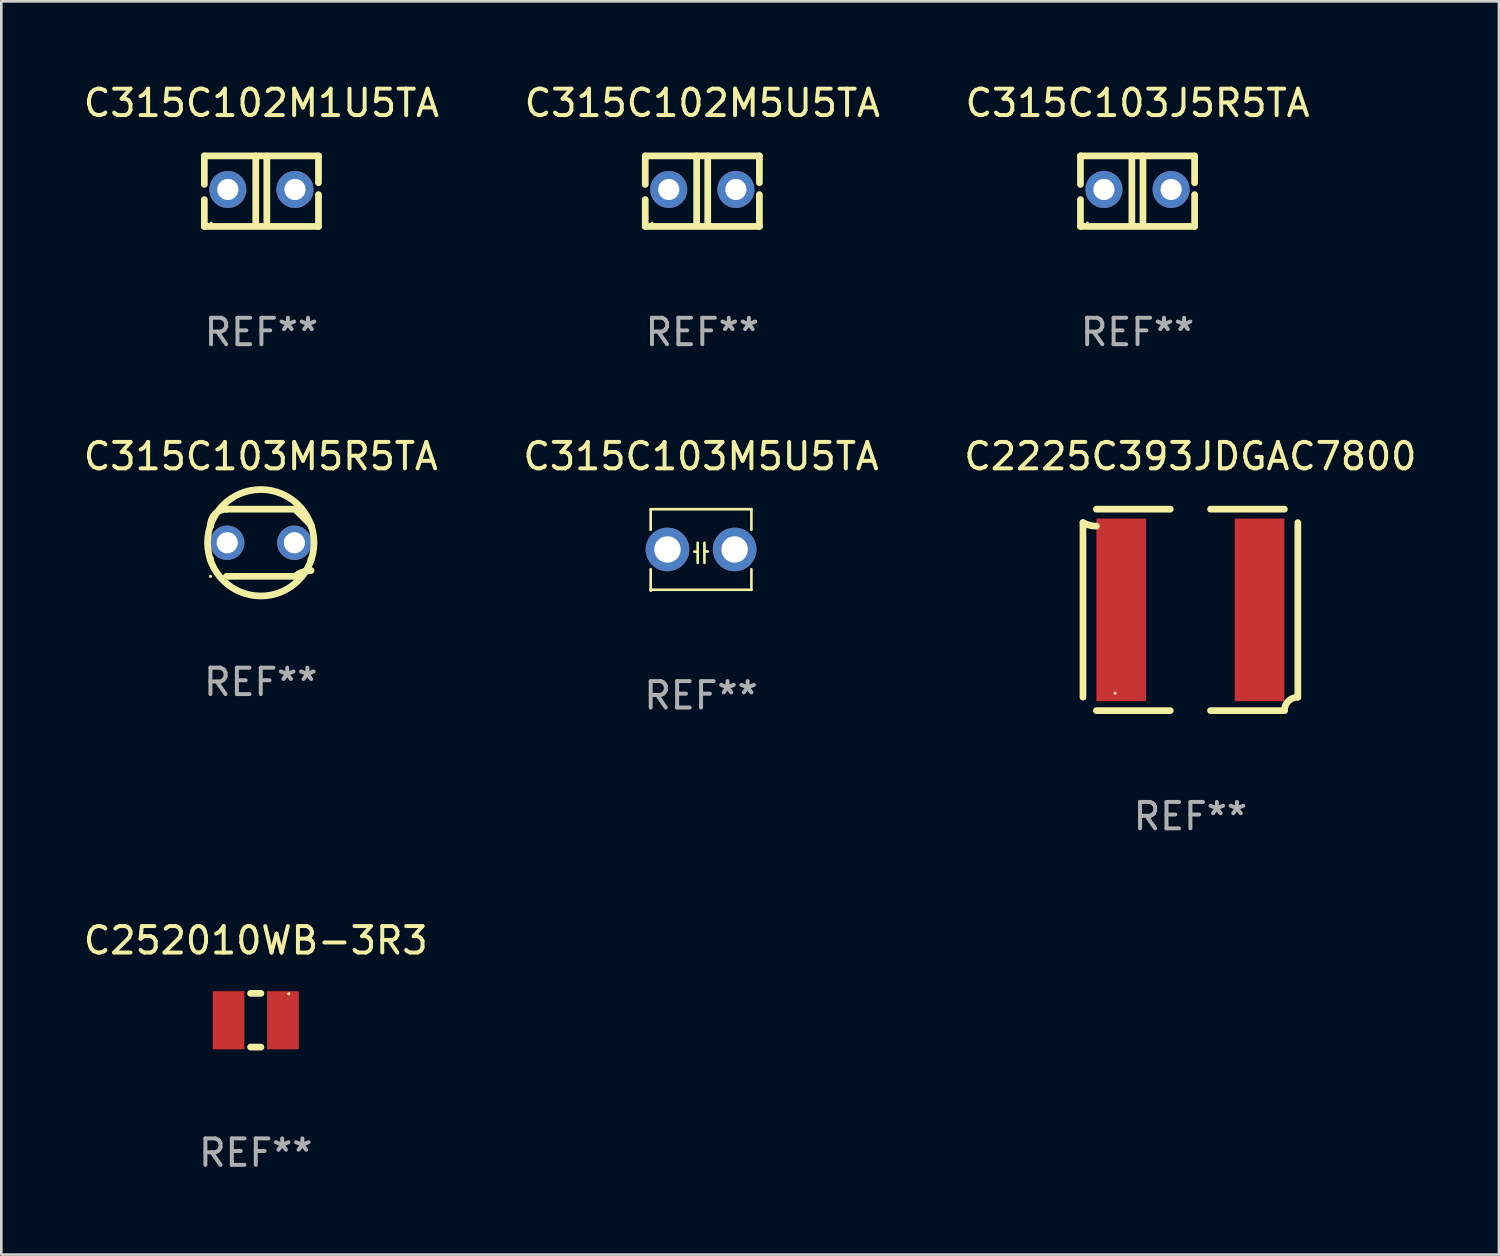
<source format=kicad_pcb>
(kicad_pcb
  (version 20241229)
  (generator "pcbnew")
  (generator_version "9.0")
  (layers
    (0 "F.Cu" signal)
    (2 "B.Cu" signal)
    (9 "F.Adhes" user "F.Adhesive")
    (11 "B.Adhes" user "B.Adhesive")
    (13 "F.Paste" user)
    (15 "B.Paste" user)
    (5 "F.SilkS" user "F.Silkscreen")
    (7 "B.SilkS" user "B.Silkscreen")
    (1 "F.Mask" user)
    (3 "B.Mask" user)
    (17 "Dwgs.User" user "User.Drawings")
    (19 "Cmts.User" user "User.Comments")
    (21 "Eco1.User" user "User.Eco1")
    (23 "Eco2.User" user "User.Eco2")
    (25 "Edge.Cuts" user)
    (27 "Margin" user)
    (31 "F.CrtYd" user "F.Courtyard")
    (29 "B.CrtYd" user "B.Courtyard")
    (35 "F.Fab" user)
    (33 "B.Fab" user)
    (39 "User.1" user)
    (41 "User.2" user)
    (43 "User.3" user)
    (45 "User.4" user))
  (footprint "C315C103M5R5TA"
    (layer "F.Cu")
    (at 6.815 17.482)
    (property "Reference" "C315C103M5R5TA" (at 0 -3.27 0) (layer "F.SilkS") (effects (font (size 1 1) (thickness 0.15))))
    (attr through_hole)
    (fp_line (start -1.9 -0.615) (end -1.9 -0.668) (stroke (width 0.254) (type solid)) (layer "F.SilkS"))
    (fp_line (start -1.9 0.668) (end -1.9 0.615) (stroke (width 0.254) (type solid)) (layer "F.SilkS"))
    (fp_line (start -1.298 1.27) (end 1.298 1.27) (stroke (width 0.254) (type solid)) (layer "F.SilkS"))
    (fp_line (start -1.298 -1.27) (end 1.298 -1.27) (stroke (width 0.254) (type solid)) (layer "F.SilkS"))
    (fp_line (start 1.9 -0.668) (end 1.9 -0.615) (stroke (width 0.254) (type solid)) (layer "F.SilkS"))
    (fp_line (start 1.9 0.615) (end 1.9 0.668) (stroke (width 0.254) (type solid)) (layer "F.SilkS"))
    (fp_arc (start -1.900025 0.667602) (mid 1.900003 -0.66758) (end -1.900025 0.667602) (stroke (width 0.254001) (type solid)) (layer "F.SilkS"))
    (fp_arc (start -1.9 -0.667602) (mid -1.723557 -1.093572) (end -1.297587 -1.270015) (stroke (width 0.254001) (type solid)) (layer "F.SilkS"))
    (fp_arc (start 1.297587 1.26999) (mid 1.579878 1.109027) (end 1.9 1.053172) (stroke (width 0.254001) (type solid)) (layer "F.SilkS"))
    (fp_arc (start 1.297611 -1.270042) (mid 1.598991 -0.969008) (end 1.900025 -0.667628) (stroke (width 0.254001) (type solid)) (layer "F.SilkS"))
    (fp_circle (center -1.9 1.27) (end -1.87 1.27) (stroke (width 0.06) (type solid)) (fill no) (layer "F.SilkS"))
    (fp_text user "REF**" (at 0 5.27 0) (layer "F.Fab") (effects (font (size 1 1) (thickness 0.15))))
    (pad "1" thru_hole circle (at -1.27 -0.000013) (size 1.3 1.3) (drill 0.8) (layers "*.Cu" "*.Mask"))
    (pad "2" thru_hole circle (at 1.27 -0.000013) (size 1.3 1.3) (drill 0.8) (layers "*.Cu" "*.Mask")))
  (footprint "C2225C393JDGAC7800"
    (layer "F.Cu")
    (at 41.982 20.022)
    (property "Reference" "C2225C393JDGAC7800" (at 0 -5.81 0) (layer "F.SilkS") (effects (font (size 1 1) (thickness 0.15))))
    (attr through_hole)
    (fp_line (start -4.064 3.302) (end -4.064 -3.302) (stroke (width 0.254) (type solid)) (layer "F.SilkS"))
    (fp_line (start -3.556 -3.81) (end -0.762 -3.81) (stroke (width 0.254) (type solid)) (layer "F.SilkS"))
    (fp_line (start -3.556 3.81) (end -0.762 3.81) (stroke (width 0.254) (type solid)) (layer "F.SilkS"))
    (fp_line (start 3.556 -3.81) (end 0.762 -3.81) (stroke (width 0.254) (type solid)) (layer "F.SilkS"))
    (fp_line (start 3.556 3.81) (end 0.762 3.81) (stroke (width 0.254) (type solid)) (layer "F.SilkS"))
    (fp_line (start 4.064 -3.302) (end 4.064 3.302) (stroke (width 0.254) (type solid)) (layer "F.SilkS"))
    (fp_arc (start -3.556007 -3.168295) (mid -3.818659 -3.202283) (end -4.064008 -3.302007) (stroke (width 0.254001) (type solid)) (layer "F.SilkS"))
    (fp_arc (start 3.556007 3.810008) (mid 3.704797 3.450797) (end 4.064008 3.302007) (stroke (width 0.254001) (type solid)) (layer "F.SilkS"))
    (fp_circle (center -2.85 3.15) (end -2.82 3.15) (stroke (width 0.06) (type solid)) (fill no) (layer "F.SilkS"))
    (fp_text user "REF**" (at 0 7.81 0) (layer "F.Fab") (effects (font (size 1 1) (thickness 0.15))))
    (pad "1" smd rect (at -2.616 0) (size 1.88 6.909) (layers "F.Cu" "F.Mask" "F.Paste"))
    (pad "2" smd rect (at 2.616 0) (size 1.88 6.909) (layers "F.Cu" "F.Mask" "F.Paste")))
  (footprint "C315C103J5R5TA"
    (layer "F.Cu")
    (at 39.982 4.182)
    (property "Reference" "C315C103J5R5TA" (at 0 -3.334 0) (layer "F.SilkS") (effects (font (size 1 1) (thickness 0.15))))
    (attr through_hole)
    (fp_line (start -2.159 -1.334) (end 2.159 -1.334) (stroke (width 0.254) (type solid)) (layer "F.SilkS"))
    (fp_line (start -2.159 -0.256) (end -2.159 -1.334) (stroke (width 0.254) (type solid)) (layer "F.SilkS"))
    (fp_line (start -2.159 1.334) (end -2.159 0.318) (stroke (width 0.254) (type solid)) (layer "F.SilkS"))
    (fp_line (start -0.214 -1.334) (end -0.214 1.207) (stroke (width 0.254) (type solid)) (layer "F.SilkS"))
    (fp_line (start 0.205 -1.334) (end 0.205 1.207) (stroke (width 0.254) (type solid)) (layer "F.SilkS"))
    (fp_line (start 2.159 -1.334) (end 2.159 -0.318) (stroke (width 0.254) (type solid)) (layer "F.SilkS"))
    (fp_line (start 2.159 0.129) (end 2.159 1.334) (stroke (width 0.254) (type solid)) (layer "F.SilkS"))
    (fp_line (start 2.159 1.334) (end -2.159 1.334) (stroke (width 0.254) (type solid)) (layer "F.SilkS"))
    (fp_circle (center -1.9 1.207) (end -1.87 1.207) (stroke (width 0.06) (type solid)) (fill no) (layer "F.SilkS"))
    (fp_text user "REF**" (at 0 5.334 0) (layer "F.Fab") (effects (font (size 1 1) (thickness 0.15))))
    (pad "1" thru_hole circle (at -1.27 -0.064) (size 1.4 1.4) (drill 0.8) (layers "*.Cu" "*.Mask"))
    (pad "2" thru_hole circle (at 1.27 -0.064) (size 1.4 1.4) (drill 0.8) (layers "*.Cu" "*.Mask")))
  (footprint "C315C103M5U5TA"
    (layer "F.Cu")
    (at 23.47 17.736)
    (property "Reference" "C315C103M5U5TA" (at 0 -3.524 0) (layer "F.SilkS") (effects (font (size 1 1) (thickness 0.15))))
    (attr through_hole)
    (fp_line (start -1.905 -1.524) (end -1.905 -0.745) (stroke (width 0.1) (type solid)) (layer "F.SilkS"))
    (fp_line (start -1.905 0.745) (end -1.905 1.524) (stroke (width 0.1) (type solid)) (layer "F.SilkS"))
    (fp_line (start -1.905 1.524) (end 1.905 1.524) (stroke (width 0.1) (type solid)) (layer "F.SilkS"))
    (fp_line (start -0.127 -0.254) (end -0.127 0.508) (stroke (width 0.1) (type solid)) (layer "F.SilkS"))
    (fp_line (start -0.127 0.082) (end -0.254 0.082) (stroke (width 0.1) (type solid)) (layer "F.SilkS"))
    (fp_line (start 0.127 -0.127) (end 0.127 -0.254) (stroke (width 0.1) (type solid)) (layer "F.SilkS"))
    (fp_line (start 0.127 -0.127) (end 0.127 0.508) (stroke (width 0.1) (type solid)) (layer "F.SilkS"))
    (fp_line (start 0.127 0.077) (end 0.254 0.077) (stroke (width 0.1) (type solid)) (layer "F.SilkS"))
    (fp_line (start 1.905 -1.524) (end -1.905 -1.524) (stroke (width 0.1) (type solid)) (layer "F.SilkS"))
    (fp_line (start 1.905 -0.745) (end 1.905 -1.524) (stroke (width 0.1) (type solid)) (layer "F.SilkS"))
    (fp_line (start 1.905 1.524) (end 1.905 0.745) (stroke (width 0.1) (type solid)) (layer "F.SilkS"))
    (fp_circle (center -1.9 1.55) (end -1.87 1.55) (stroke (width 0.06) (type solid)) (fill no) (layer "F.SilkS"))
    (fp_text user "REF**" (at 0 5.524 0) (layer "F.Fab") (effects (font (size 1 1) (thickness 0.15))))
    (pad "1" thru_hole circle (at -1.27 0) (size 1.65 1.65) (drill 1) (layers "*.Cu" "*.Mask"))
    (pad "2" thru_hole circle (at 1.27 0) (size 1.65 1.65) (drill 1) (layers "*.Cu" "*.Mask")))
  (footprint "C252010WB-3R3"
    (layer "F.Cu")
    (at 6.625 35.544)
    (property "Reference" "C252010WB-3R3" (at 0 -3.016 0) (layer "F.SilkS") (effects (font (size 1 1) (thickness 0.15))))
    (attr through_hole)
    (fp_line (start -0.197 1.016) (end 0.197 1.016) (stroke (width 0.254) (type solid)) (layer "F.SilkS"))
    (fp_line (start 0.197 -1.016) (end -0.197 -1.016) (stroke (width 0.254) (type solid)) (layer "F.SilkS"))
    (fp_circle (center 1.25 -1) (end 1.28 -1) (stroke (width 0.06) (type solid)) (fill no) (layer "F.SilkS"))
    (fp_text user "REF**" (at 0 5.016 0) (layer "F.Fab") (effects (font (size 1 1) (thickness 0.15))))
    (pad "1" smd rect (at 1.028 0) (size 1.2 2.2) (layers "F.Cu" "F.Mask" "F.Paste"))
    (pad "2" smd rect (at -1.028 0) (size 1.2 2.2) (layers "F.Cu" "F.Mask" "F.Paste")))
  (footprint "C315C102M1U5TA"
    (layer "F.Cu")
    (at 6.839 4.182)
    (property "Reference" "C315C102M1U5TA" (at 0 -3.334 0) (layer "F.SilkS") (effects (font (size 1 1) (thickness 0.15))))
    (attr through_hole)
    (fp_line (start -2.159 -1.334) (end 2.159 -1.334) (stroke (width 0.254) (type solid)) (layer "F.SilkS"))
    (fp_line (start -2.159 -0.256) (end -2.159 -1.334) (stroke (width 0.254) (type solid)) (layer "F.SilkS"))
    (fp_line (start -2.159 1.334) (end -2.159 0.318) (stroke (width 0.254) (type solid)) (layer "F.SilkS"))
    (fp_line (start -0.214 -1.334) (end -0.214 1.207) (stroke (width 0.254) (type solid)) (layer "F.SilkS"))
    (fp_line (start 0.205 -1.334) (end 0.205 1.207) (stroke (width 0.254) (type solid)) (layer "F.SilkS"))
    (fp_line (start 2.159 -1.334) (end 2.159 -0.318) (stroke (width 0.254) (type solid)) (layer "F.SilkS"))
    (fp_line (start 2.159 0.129) (end 2.159 1.334) (stroke (width 0.254) (type solid)) (layer "F.SilkS"))
    (fp_line (start 2.159 1.334) (end -2.159 1.334) (stroke (width 0.254) (type solid)) (layer "F.SilkS"))
    (fp_circle (center -1.9 1.207) (end -1.87 1.207) (stroke (width 0.06) (type solid)) (fill no) (layer "F.SilkS"))
    (fp_text user "REF**" (at 0 5.334 0) (layer "F.Fab") (effects (font (size 1 1) (thickness 0.15))))
    (pad "1" thru_hole circle (at -1.27 -0.064) (size 1.4 1.4) (drill 0.8) (layers "*.Cu" "*.Mask"))
    (pad "2" thru_hole circle (at 1.27 -0.064) (size 1.4 1.4) (drill 0.8) (layers "*.Cu" "*.Mask")))
  (footprint "C315C102M5U5TA"
    (layer "F.Cu")
    (at 23.518 4.182)
    (property "Reference" "C315C102M5U5TA" (at 0 -3.334 0) (layer "F.SilkS") (effects (font (size 1 1) (thickness 0.15))))
    (attr through_hole)
    (fp_line (start -2.159 -1.334) (end 2.159 -1.334) (stroke (width 0.254) (type solid)) (layer "F.SilkS"))
    (fp_line (start -2.159 -0.256) (end -2.159 -1.334) (stroke (width 0.254) (type solid)) (layer "F.SilkS"))
    (fp_line (start -2.159 1.334) (end -2.159 0.318) (stroke (width 0.254) (type solid)) (layer "F.SilkS"))
    (fp_line (start -0.214 -1.334) (end -0.214 1.207) (stroke (width 0.254) (type solid)) (layer "F.SilkS"))
    (fp_line (start 0.205 -1.334) (end 0.205 1.207) (stroke (width 0.254) (type solid)) (layer "F.SilkS"))
    (fp_line (start 2.159 -1.334) (end 2.159 -0.318) (stroke (width 0.254) (type solid)) (layer "F.SilkS"))
    (fp_line (start 2.159 0.129) (end 2.159 1.334) (stroke (width 0.254) (type solid)) (layer "F.SilkS"))
    (fp_line (start 2.159 1.334) (end -2.159 1.334) (stroke (width 0.254) (type solid)) (layer "F.SilkS"))
    (fp_circle (center -1.9 1.207) (end -1.87 1.207) (stroke (width 0.06) (type solid)) (fill no) (layer "F.SilkS"))
    (fp_text user "REF**" (at 0 5.334 0) (layer "F.Fab") (effects (font (size 1 1) (thickness 0.15))))
    (pad "1" thru_hole circle (at -1.27 -0.064) (size 1.4 1.4) (drill 0.8) (layers "*.Cu" "*.Mask"))
    (pad "2" thru_hole circle (at 1.27 -0.064) (size 1.4 1.4) (drill 0.8) (layers "*.Cu" "*.Mask")))
  (gr_rect
    (start -3 -3)
    (end 53.655 44.409)
    (stroke (width 0.1) (type default))
    (fill no)
    (layer "Edge.Cuts")))
</source>
